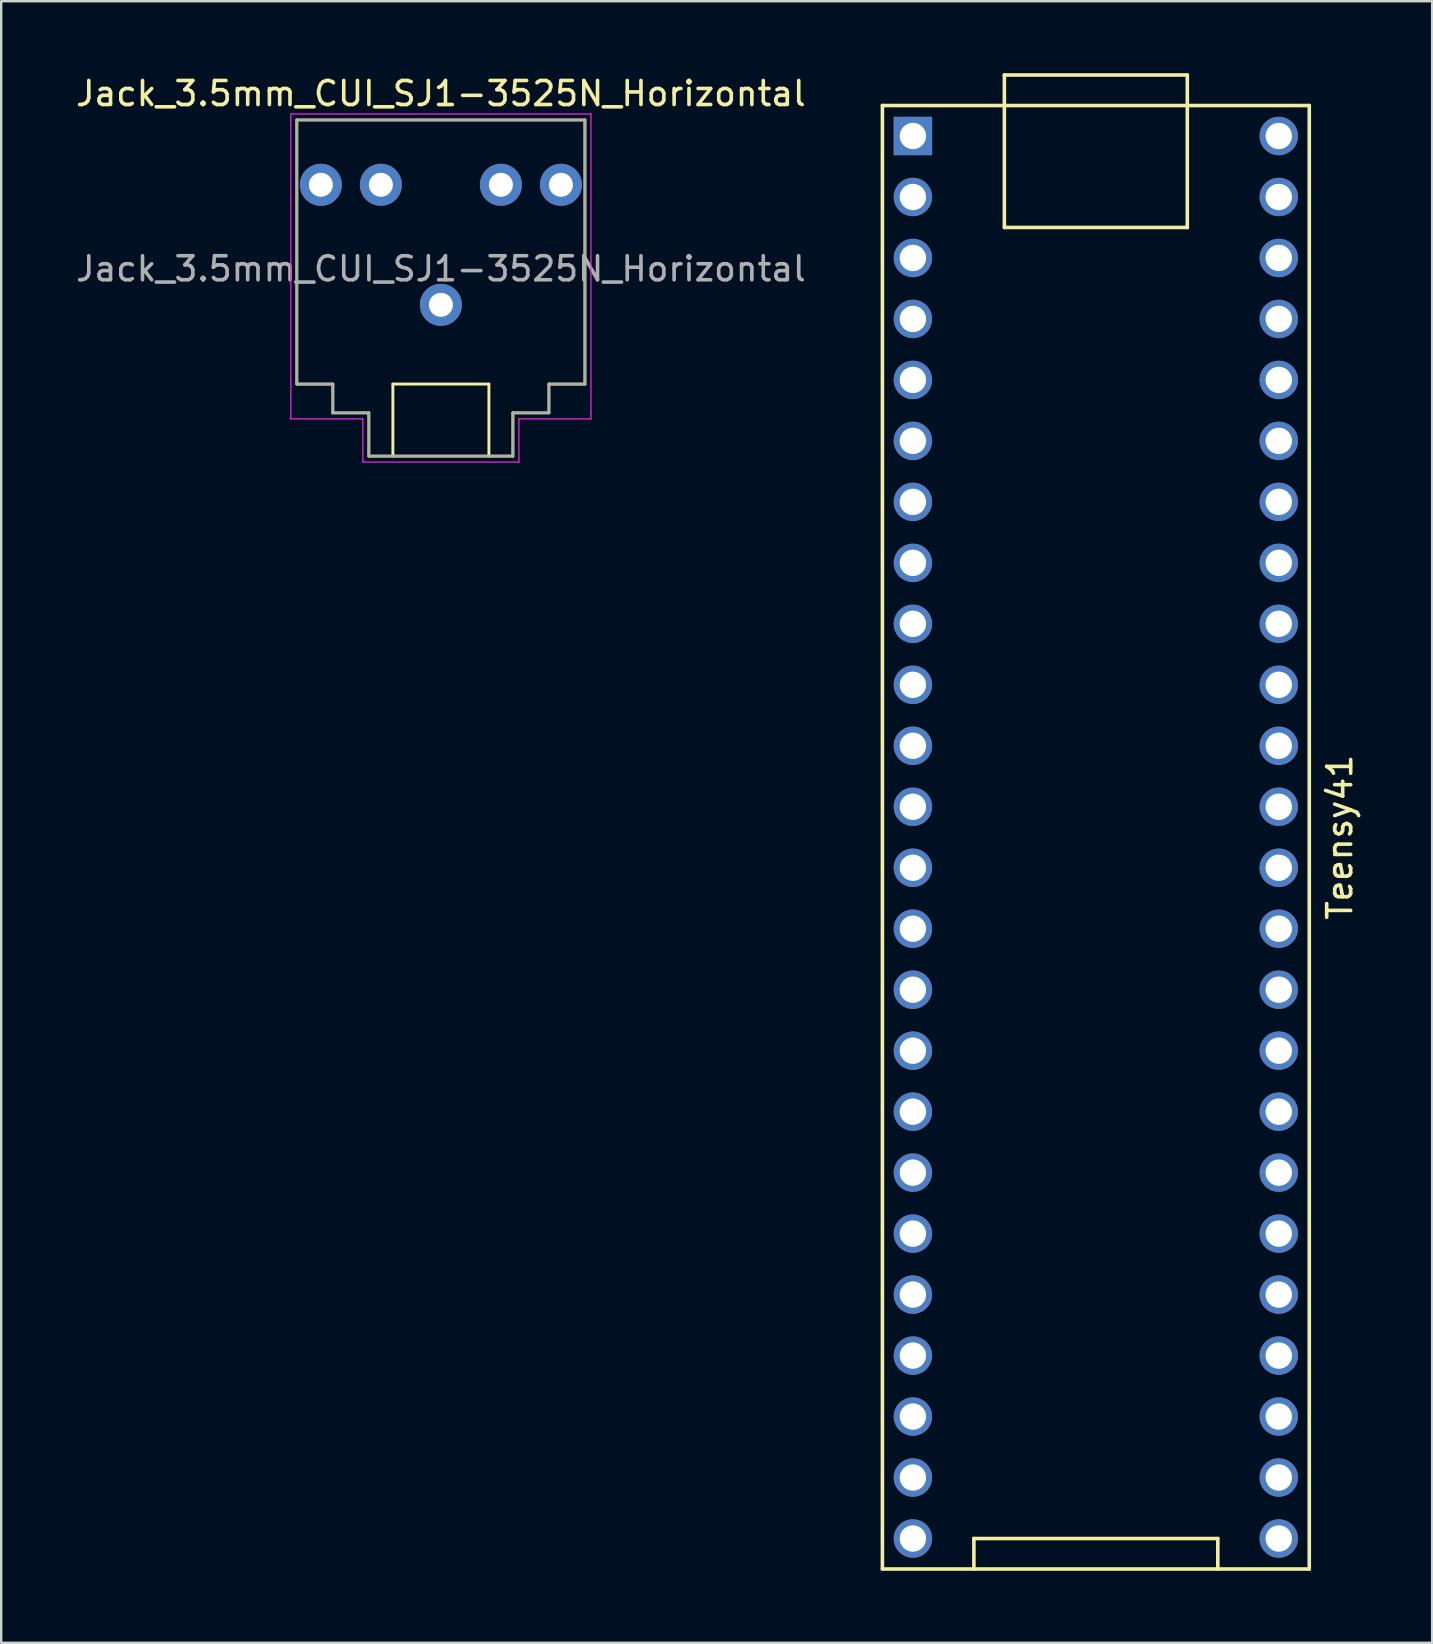
<source format=kicad_pcb>
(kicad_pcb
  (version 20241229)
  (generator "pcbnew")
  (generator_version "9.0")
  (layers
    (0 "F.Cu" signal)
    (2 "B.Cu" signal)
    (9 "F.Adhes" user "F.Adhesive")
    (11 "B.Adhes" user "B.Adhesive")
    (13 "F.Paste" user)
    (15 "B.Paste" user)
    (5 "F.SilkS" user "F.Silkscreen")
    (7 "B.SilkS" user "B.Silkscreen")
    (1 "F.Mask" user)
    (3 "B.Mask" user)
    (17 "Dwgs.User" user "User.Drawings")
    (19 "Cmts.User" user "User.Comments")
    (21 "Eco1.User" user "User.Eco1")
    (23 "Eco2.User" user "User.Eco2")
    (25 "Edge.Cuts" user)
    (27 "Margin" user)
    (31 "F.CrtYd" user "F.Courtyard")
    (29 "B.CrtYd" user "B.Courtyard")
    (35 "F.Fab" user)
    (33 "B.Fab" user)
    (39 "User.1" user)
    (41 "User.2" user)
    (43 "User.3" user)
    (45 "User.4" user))
  (footprint "Jack_3.5mm_CUI_SJ1-3525N_Horizontal"
    (layer "F.Cu")
    (at 15.315 9.648)
    (property "Reference" "Jack_3.5mm_CUI_SJ1-3525N_Horizontal" (at 0 -8.8 0) (layer "F.SilkS") (effects (font (size 1 1) (thickness 0.15))))
    (attr through_hole exclude_from_pos_files exclude_from_bom)
    (fp_line (start -6 -7.7) (end 6 -7.7) (stroke (width 0.12) (type solid)) (layer "F.SilkS"))
    (fp_line (start -6 3.3) (end -6 -7.7) (stroke (width 0.12) (type solid)) (layer "F.SilkS"))
    (fp_line (start -4.5 3.3) (end -6 3.3) (stroke (width 0.12) (type solid)) (layer "F.SilkS"))
    (fp_line (start -4.5 4.5) (end -4.5 3.3) (stroke (width 0.12) (type solid)) (layer "F.SilkS"))
    (fp_line (start -3 4.5) (end -4.5 4.5) (stroke (width 0.12) (type solid)) (layer "F.SilkS"))
    (fp_line (start -3 6.3) (end -3 4.5) (stroke (width 0.12) (type solid)) (layer "F.SilkS"))
    (fp_line (start -2 3.3) (end -2 6.3) (stroke (width 0.12) (type solid)) (layer "F.SilkS"))
    (fp_line (start 2 3.3) (end -2 3.3) (stroke (width 0.12) (type solid)) (layer "F.SilkS"))
    (fp_line (start 2 6.3) (end 2 3.3) (stroke (width 0.12) (type solid)) (layer "F.SilkS"))
    (fp_line (start 3 4.5) (end 3 6.3) (stroke (width 0.12) (type solid)) (layer "F.SilkS"))
    (fp_line (start 3 6.3) (end -3 6.3) (stroke (width 0.12) (type solid)) (layer "F.SilkS"))
    (fp_line (start 4.5 3.3) (end 4.5 4.5) (stroke (width 0.12) (type solid)) (layer "F.SilkS"))
    (fp_line (start 4.5 4.5) (end 3 4.5) (stroke (width 0.12) (type solid)) (layer "F.SilkS"))
    (fp_line (start 6 -7.7) (end 6 3.3) (stroke (width 0.12) (type solid)) (layer "F.SilkS"))
    (fp_line (start 6 3.3) (end 4.5 3.3) (stroke (width 0.12) (type solid)) (layer "F.SilkS"))
    (fp_line (start -6.25 -7.95) (end -6.25 4.75) (stroke (width 0.05) (type solid)) (layer "F.CrtYd"))
    (fp_line (start -6.25 4.75) (end -3.25 4.75) (stroke (width 0.05) (type solid)) (layer "F.CrtYd"))
    (fp_line (start -3.25 4.75) (end -3.25 6.55) (stroke (width 0.05) (type solid)) (layer "F.CrtYd"))
    (fp_line (start -3.25 6.55) (end 3.25 6.55) (stroke (width 0.05) (type solid)) (layer "F.CrtYd"))
    (fp_line (start 3.25 4.75) (end 6.25 4.75) (stroke (width 0.05) (type solid)) (layer "F.CrtYd"))
    (fp_line (start 3.25 6.55) (end 3.25 4.75) (stroke (width 0.05) (type solid)) (layer "F.CrtYd"))
    (fp_line (start 6.25 -7.95) (end -6.25 -7.95) (stroke (width 0.05) (type solid)) (layer "F.CrtYd"))
    (fp_line (start 6.25 4.5) (end 6.25 -7.95) (stroke (width 0.05) (type solid)) (layer "F.CrtYd"))
    (fp_line (start 6.25 4.75) (end 6.25 4.5) (stroke (width 0.05) (type solid)) (layer "F.CrtYd"))
    (fp_line (start -6 -7.7) (end 6 -7.7) (stroke (width 0.1) (type solid)) (layer "F.Fab"))
    (fp_line (start -6 3.3) (end -6 -7.7) (stroke (width 0.1) (type solid)) (layer "F.Fab"))
    (fp_line (start -4.5 3.3) (end -6 3.3) (stroke (width 0.1) (type solid)) (layer "F.Fab"))
    (fp_line (start -4.5 4.5) (end -4.5 3.3) (stroke (width 0.1) (type solid)) (layer "F.Fab"))
    (fp_line (start -4.5 4.5) (end -3 4.5) (stroke (width 0.1) (type solid)) (layer "F.Fab"))
    (fp_line (start -3 4.5) (end -3 6.3) (stroke (width 0.1) (type solid)) (layer "F.Fab"))
    (fp_line (start -3 6.3) (end 3 6.3) (stroke (width 0.1) (type solid)) (layer "F.Fab"))
    (fp_line (start 3 4.5) (end 3 6.3) (stroke (width 0.1) (type solid)) (layer "F.Fab"))
    (fp_line (start 4.5 3.3) (end 6 3.3) (stroke (width 0.1) (type solid)) (layer "F.Fab"))
    (fp_line (start 4.5 4.5) (end 3 4.5) (stroke (width 0.1) (type solid)) (layer "F.Fab"))
    (fp_line (start 4.5 4.5) (end 4.5 3.3) (stroke (width 0.1) (type solid)) (layer "F.Fab"))
    (fp_line (start 6 3.3) (end 6 -7.7) (stroke (width 0.1) (type solid)) (layer "F.Fab"))
    (fp_text user "${REFERENCE}" (at 0 -1.5 0) (layer "F.Fab") (effects (font (size 1 1) (thickness 0.15))))
    (pad "R" thru_hole circle (at -5 -5) (size 1.75 1.75) (drill 1) (layers "*.Cu" "*.Mask"))
    (pad "RN" thru_hole circle (at -2.5 -5) (size 1.75 1.75) (drill 1) (layers "*.Cu" "*.Mask"))
    (pad "S" thru_hole circle (at 0 0) (size 1.75 1.75) (drill 1) (layers "*.Cu" "*.Mask"))
    (pad "T" thru_hole circle (at 5 -5 180) (size 1.75 1.75) (drill 1) (layers "*.Cu" "*.Mask"))
    (pad "TN" thru_hole circle (at 2.5 -5 180) (size 1.75 1.75) (drill 1) (layers "*.Cu" "*.Mask")))
  (footprint "Teensy41"
    (layer "F.Cu")
    (at 42.596 31.825)
    (property "Reference" "Teensy41" (at 10.16 0 270) (layer "F.SilkS") (effects (font (size 1 1) (thickness 0.15))))
    (attr through_hole)
    (fp_line (start -8.89 -30.48) (end 8.89 -30.48) (stroke (width 0.15) (type solid)) (layer "F.SilkS"))
    (fp_line (start -8.89 30.48) (end -8.89 -30.48) (stroke (width 0.15) (type solid)) (layer "F.SilkS"))
    (fp_line (start -5.08 29.21) (end -5.08 30.48) (stroke (width 0.15) (type solid)) (layer "F.SilkS"))
    (fp_line (start -3.81 -31.75) (end 3.81 -31.75) (stroke (width 0.15) (type solid)) (layer "F.SilkS"))
    (fp_line (start -3.81 -30.48) (end -3.81 -31.75) (stroke (width 0.15) (type solid)) (layer "F.SilkS"))
    (fp_line (start -3.81 -25.4) (end -3.81 -30.48) (stroke (width 0.15) (type solid)) (layer "F.SilkS"))
    (fp_line (start -3.81 -25.4) (end 3.81 -25.4) (stroke (width 0.15) (type solid)) (layer "F.SilkS"))
    (fp_line (start 3.81 -31.75) (end 3.81 -30.48) (stroke (width 0.15) (type solid)) (layer "F.SilkS"))
    (fp_line (start 3.81 -25.4) (end 3.81 -30.48) (stroke (width 0.15) (type solid)) (layer "F.SilkS"))
    (fp_line (start 5.08 29.21) (end -5.08 29.21) (stroke (width 0.15) (type solid)) (layer "F.SilkS"))
    (fp_line (start 5.08 30.48) (end 5.08 29.21) (stroke (width 0.15) (type solid)) (layer "F.SilkS"))
    (fp_line (start 8.89 -30.48) (end 8.89 30.48) (stroke (width 0.15) (type solid)) (layer "F.SilkS"))
    (fp_line (start 8.89 30.48) (end -8.89 30.48) (stroke (width 0.15) (type solid)) (layer "F.SilkS"))
    (pad "1" thru_hole rect (at -7.62 -29.21 270) (size 1.6 1.6) (drill 1.1) (layers "*.Cu" "*.Mask"))
    (pad "2" thru_hole circle (at -7.62 -26.67 270) (size 1.6 1.6) (drill 1.1) (layers "*.Cu" "*.Mask"))
    (pad "3" thru_hole circle (at -7.62 -24.13 270) (size 1.6 1.6) (drill 1.1) (layers "*.Cu" "*.Mask"))
    (pad "4" thru_hole circle (at -7.62 -21.59 270) (size 1.6 1.6) (drill 1.1) (layers "*.Cu" "*.Mask"))
    (pad "5" thru_hole circle (at -7.62 -19.05 270) (size 1.6 1.6) (drill 1.1) (layers "*.Cu" "*.Mask"))
    (pad "6" thru_hole circle (at -7.62 -16.51 270) (size 1.6 1.6) (drill 1.1) (layers "*.Cu" "*.Mask"))
    (pad "7" thru_hole circle (at -7.62 -13.97 270) (size 1.6 1.6) (drill 1.1) (layers "*.Cu" "*.Mask"))
    (pad "8" thru_hole circle (at -7.62 -11.43 270) (size 1.6 1.6) (drill 1.1) (layers "*.Cu" "*.Mask"))
    (pad "9" thru_hole circle (at -7.62 -8.89 270) (size 1.6 1.6) (drill 1.1) (layers "*.Cu" "*.Mask"))
    (pad "10" thru_hole circle (at -7.62 -6.35 270) (size 1.6 1.6) (drill 1.1) (layers "*.Cu" "*.Mask"))
    (pad "11" thru_hole circle (at -7.62 -3.81 270) (size 1.6 1.6) (drill 1.1) (layers "*.Cu" "*.Mask"))
    (pad "12" thru_hole circle (at -7.62 -1.27 270) (size 1.6 1.6) (drill 1.1) (layers "*.Cu" "*.Mask"))
    (pad "13" thru_hole circle (at -7.62 1.27 270) (size 1.6 1.6) (drill 1.1) (layers "*.Cu" "*.Mask"))
    (pad "14" thru_hole circle (at -7.62 3.81 270) (size 1.6 1.6) (drill 1.1) (layers "*.Cu" "*.Mask"))
    (pad "15" thru_hole circle (at -7.62 6.35 270) (size 1.6 1.6) (drill 1.1) (layers "*.Cu" "*.Mask"))
    (pad "16" thru_hole circle (at -7.62 8.89 270) (size 1.6 1.6) (drill 1.1) (layers "*.Cu" "*.Mask"))
    (pad "17" thru_hole circle (at -7.62 11.43 270) (size 1.6 1.6) (drill 1.1) (layers "*.Cu" "*.Mask"))
    (pad "18" thru_hole circle (at -7.62 13.97 270) (size 1.6 1.6) (drill 1.1) (layers "*.Cu" "*.Mask"))
    (pad "19" thru_hole circle (at -7.62 16.51 270) (size 1.6 1.6) (drill 1.1) (layers "*.Cu" "*.Mask"))
    (pad "20" thru_hole circle (at -7.62 19.05 270) (size 1.6 1.6) (drill 1.1) (layers "*.Cu" "*.Mask"))
    (pad "21" thru_hole circle (at -7.62 21.59 270) (size 1.6 1.6) (drill 1.1) (layers "*.Cu" "*.Mask"))
    (pad "22" thru_hole circle (at -7.62 24.13 270) (size 1.6 1.6) (drill 1.1) (layers "*.Cu" "*.Mask"))
    (pad "23" thru_hole circle (at -7.62 26.67 270) (size 1.6 1.6) (drill 1.1) (layers "*.Cu" "*.Mask"))
    (pad "24" thru_hole circle (at -7.62 29.21 270) (size 1.6 1.6) (drill 1.1) (layers "*.Cu" "*.Mask"))
    (pad "25" thru_hole circle (at 7.62 29.21 270) (size 1.6 1.6) (drill 1.1) (layers "*.Cu" "*.Mask"))
    (pad "26" thru_hole circle (at 7.62 26.67 270) (size 1.6 1.6) (drill 1.1) (layers "*.Cu" "*.Mask"))
    (pad "27" thru_hole circle (at 7.62 24.13 270) (size 1.6 1.6) (drill 1.1) (layers "*.Cu" "*.Mask"))
    (pad "28" thru_hole circle (at 7.62 21.59 270) (size 1.6 1.6) (drill 1.1) (layers "*.Cu" "*.Mask"))
    (pad "29" thru_hole circle (at 7.62 19.05 270) (size 1.6 1.6) (drill 1.1) (layers "*.Cu" "*.Mask"))
    (pad "30" thru_hole circle (at 7.62 16.51 270) (size 1.6 1.6) (drill 1.1) (layers "*.Cu" "*.Mask"))
    (pad "31" thru_hole circle (at 7.62 13.97 270) (size 1.6 1.6) (drill 1.1) (layers "*.Cu" "*.Mask"))
    (pad "32" thru_hole circle (at 7.62 11.43 270) (size 1.6 1.6) (drill 1.1) (layers "*.Cu" "*.Mask"))
    (pad "33" thru_hole circle (at 7.62 8.89 270) (size 1.6 1.6) (drill 1.1) (layers "*.Cu" "*.Mask"))
    (pad "34" thru_hole circle (at 7.62 6.35 270) (size 1.6 1.6) (drill 1.1) (layers "*.Cu" "*.Mask"))
    (pad "35" thru_hole circle (at 7.62 3.81 270) (size 1.6 1.6) (drill 1.1) (layers "*.Cu" "*.Mask"))
    (pad "36" thru_hole circle (at 7.62 1.27 270) (size 1.6 1.6) (drill 1.1) (layers "*.Cu" "*.Mask"))
    (pad "37" thru_hole circle (at 7.62 -1.27 270) (size 1.6 1.6) (drill 1.1) (layers "*.Cu" "*.Mask"))
    (pad "38" thru_hole circle (at 7.62 -3.81 270) (size 1.6 1.6) (drill 1.1) (layers "*.Cu" "*.Mask"))
    (pad "39" thru_hole circle (at 7.62 -6.35 270) (size 1.6 1.6) (drill 1.1) (layers "*.Cu" "*.Mask"))
    (pad "40" thru_hole circle (at 7.62 -8.89 270) (size 1.6 1.6) (drill 1.1) (layers "*.Cu" "*.Mask"))
    (pad "41" thru_hole circle (at 7.62 -11.43 270) (size 1.6 1.6) (drill 1.1) (layers "*.Cu" "*.Mask"))
    (pad "42" thru_hole circle (at 7.62 -13.97 270) (size 1.6 1.6) (drill 1.1) (layers "*.Cu" "*.Mask"))
    (pad "43" thru_hole circle (at 7.62 -16.51 270) (size 1.6 1.6) (drill 1.1) (layers "*.Cu" "*.Mask"))
    (pad "44" thru_hole circle (at 7.62 -19.05 270) (size 1.6 1.6) (drill 1.1) (layers "*.Cu" "*.Mask"))
    (pad "45" thru_hole circle (at 7.62 -21.59 270) (size 1.6 1.6) (drill 1.1) (layers "*.Cu" "*.Mask"))
    (pad "46" thru_hole circle (at 7.62 -24.13 270) (size 1.6 1.6) (drill 1.1) (layers "*.Cu" "*.Mask"))
    (pad "47" thru_hole circle (at 7.62 -26.67 270) (size 1.6 1.6) (drill 1.1) (layers "*.Cu" "*.Mask"))
    (pad "48" thru_hole circle (at 7.62 -29.21 270) (size 1.6 1.6) (drill 1.1) (layers "*.Cu" "*.Mask")))
  (gr_rect
    (start -3 -3)
    (end 56.604 65.38)
    (stroke (width 0.1) (type default))
    (fill no)
    (layer "Edge.Cuts")))
</source>
